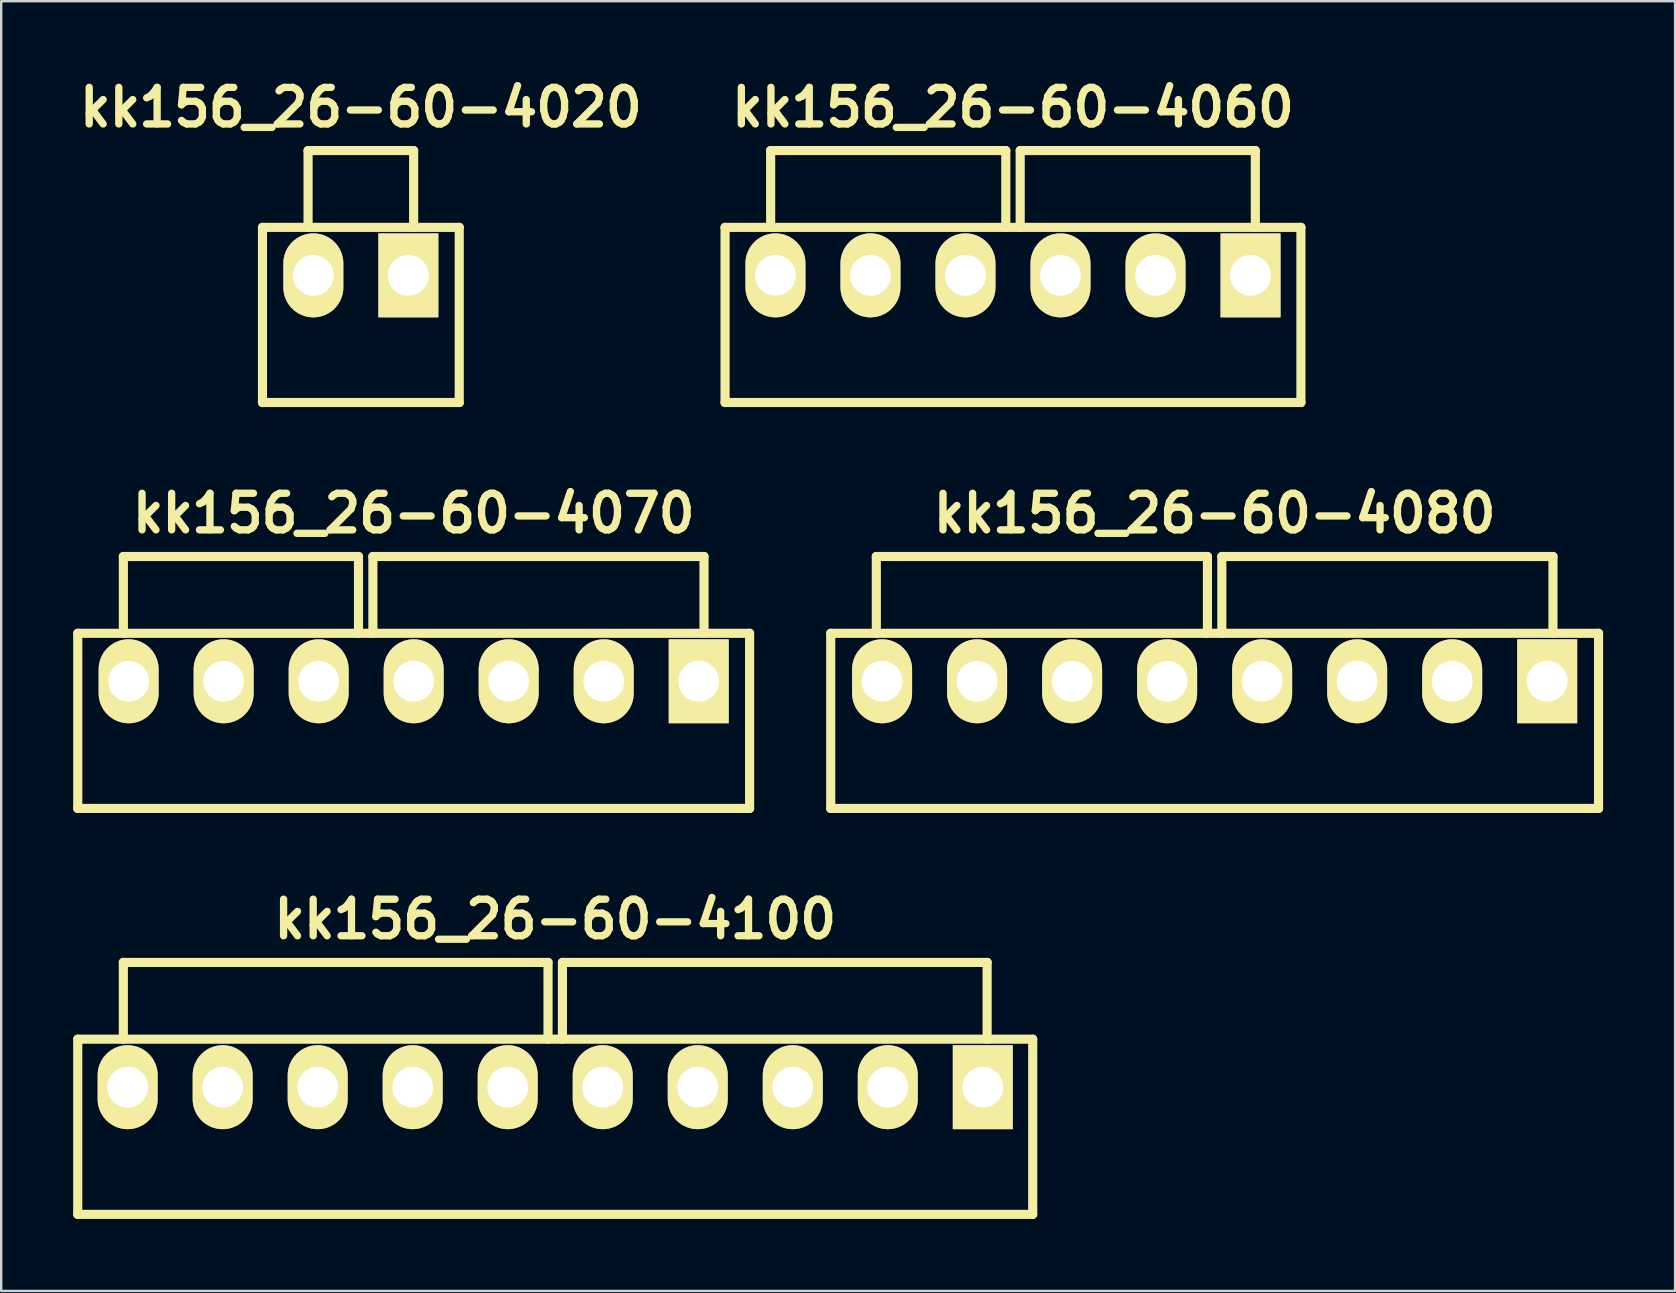
<source format=kicad_pcb>
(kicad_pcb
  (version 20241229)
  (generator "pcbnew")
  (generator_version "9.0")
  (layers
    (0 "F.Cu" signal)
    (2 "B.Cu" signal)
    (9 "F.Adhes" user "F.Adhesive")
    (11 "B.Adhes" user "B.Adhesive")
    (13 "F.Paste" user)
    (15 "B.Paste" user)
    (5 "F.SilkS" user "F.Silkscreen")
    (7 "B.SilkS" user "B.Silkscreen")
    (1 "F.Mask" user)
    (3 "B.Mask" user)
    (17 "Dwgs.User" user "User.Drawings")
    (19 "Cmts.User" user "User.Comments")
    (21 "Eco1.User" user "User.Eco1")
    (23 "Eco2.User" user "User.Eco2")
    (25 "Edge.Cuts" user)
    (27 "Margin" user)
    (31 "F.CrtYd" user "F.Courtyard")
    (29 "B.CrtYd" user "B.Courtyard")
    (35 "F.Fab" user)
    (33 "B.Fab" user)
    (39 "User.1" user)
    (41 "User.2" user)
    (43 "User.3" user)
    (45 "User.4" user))
  (footprint "kk156_26-60-4100"
    (layer "F.Cu")
    (at 20.09 42.26)
    (property "Reference" "kk156_26-60-4100" (at 0 -7 0) (layer "F.SilkS") (effects (font (size 1.524 1.524) (thickness 0.305))))
    (attr through_hole)
    (fp_line (start -19.9 -2) (end 19.9 -2) (stroke (width 0.381) (type solid)) (layer "F.SilkS"))
    (fp_line (start -19.9 5.3) (end -19.9 -2) (stroke (width 0.381) (type solid)) (layer "F.SilkS"))
    (fp_line (start -19.9 5.3) (end 19.9 5.3) (stroke (width 0.381) (type solid)) (layer "F.SilkS"))
    (fp_line (start -18 -2) (end -18 -5.2) (stroke (width 0.381) (type solid)) (layer "F.SilkS"))
    (fp_line (start -0.3 -5.2) (end -18 -5.2) (stroke (width 0.381) (type solid)) (layer "F.SilkS"))
    (fp_line (start -0.3 -2) (end -0.3 -5.2) (stroke (width 0.381) (type solid)) (layer "F.SilkS"))
    (fp_line (start 0.3 -5.2) (end 18 -5.2) (stroke (width 0.381) (type solid)) (layer "F.SilkS"))
    (fp_line (start 0.3 -2) (end 0.3 -5.2) (stroke (width 0.381) (type solid)) (layer "F.SilkS"))
    (fp_line (start 18 -5.2) (end 18 -2) (stroke (width 0.381) (type solid)) (layer "F.SilkS"))
    (fp_line (start 19.9 -2) (end 19.9 5.3) (stroke (width 0.381) (type solid)) (layer "F.SilkS"))
    (pad "1" thru_hole rect (at 17.82 0) (size 2.5 3.5) (drill 1.7) (layers "*.Cu" "*.Mask" "F.SilkS"))
    (pad "2" thru_hole oval (at 13.86 0) (size 2.5 3.5) (drill 1.7) (layers "*.Cu" "*.Mask" "F.SilkS"))
    (pad "3" thru_hole oval (at 9.9 0) (size 2.5 3.5) (drill 1.7) (layers "*.Cu" "*.Mask" "F.SilkS"))
    (pad "4" thru_hole oval (at 5.94 0) (size 2.5 3.5) (drill 1.7) (layers "*.Cu" "*.Mask" "F.SilkS"))
    (pad "5" thru_hole oval (at 1.98 0) (size 2.5 3.5) (drill 1.7) (layers "*.Cu" "*.Mask" "F.SilkS"))
    (pad "6" thru_hole oval (at -1.98 0) (size 2.5 3.5) (drill 1.7) (layers "*.Cu" "*.Mask" "F.SilkS"))
    (pad "7" thru_hole oval (at -5.94 0) (size 2.5 3.5) (drill 1.7) (layers "*.Cu" "*.Mask" "F.SilkS"))
    (pad "8" thru_hole oval (at -9.9 0) (size 2.5 3.5) (drill 1.7) (layers "*.Cu" "*.Mask" "F.SilkS"))
    (pad "9" thru_hole oval (at -13.86 0) (size 2.5 3.5) (drill 1.7) (layers "*.Cu" "*.Mask" "F.SilkS"))
    (pad "10" thru_hole oval (at -17.82 0) (size 2.5 3.5) (drill 1.7) (layers "*.Cu" "*.Mask" "F.SilkS")))
  (footprint "kk156_26-60-4080"
    (layer "F.Cu")
    (at 47.572 25.343)
    (property "Reference" "kk156_26-60-4080" (at 0 -7 0) (layer "F.SilkS") (effects (font (size 1.524 1.524) (thickness 0.305))))
    (attr through_hole)
    (fp_line (start -16 -2) (end 16 -2) (stroke (width 0.381) (type solid)) (layer "F.SilkS"))
    (fp_line (start -16 5.3) (end -16 -2) (stroke (width 0.381) (type solid)) (layer "F.SilkS"))
    (fp_line (start -16 5.3) (end 16 5.3) (stroke (width 0.381) (type solid)) (layer "F.SilkS"))
    (fp_line (start -14.1 -2) (end -14.1 -5.2) (stroke (width 0.381) (type solid)) (layer "F.SilkS"))
    (fp_line (start -0.3 -5.2) (end -14.1 -5.2) (stroke (width 0.381) (type solid)) (layer "F.SilkS"))
    (fp_line (start -0.3 -2) (end -0.3 -5.2) (stroke (width 0.381) (type solid)) (layer "F.SilkS"))
    (fp_line (start 0.3 -5.2) (end 14.1 -5.2) (stroke (width 0.381) (type solid)) (layer "F.SilkS"))
    (fp_line (start 0.3 -2) (end 0.3 -5.2) (stroke (width 0.381) (type solid)) (layer "F.SilkS"))
    (fp_line (start 14.1 -5.2) (end 14.1 -2) (stroke (width 0.381) (type solid)) (layer "F.SilkS"))
    (fp_line (start 16 -2) (end 16 5.3) (stroke (width 0.381) (type solid)) (layer "F.SilkS"))
    (pad "1" thru_hole rect (at 13.86 0) (size 2.5 3.5) (drill 1.7) (layers "*.Cu" "*.Mask" "F.SilkS"))
    (pad "2" thru_hole oval (at 9.9 0) (size 2.5 3.5) (drill 1.7) (layers "*.Cu" "*.Mask" "F.SilkS"))
    (pad "3" thru_hole oval (at 5.94 0) (size 2.5 3.5) (drill 1.7) (layers "*.Cu" "*.Mask" "F.SilkS"))
    (pad "4" thru_hole oval (at 1.98 0) (size 2.5 3.5) (drill 1.7) (layers "*.Cu" "*.Mask" "F.SilkS"))
    (pad "5" thru_hole oval (at -1.98 0) (size 2.5 3.5) (drill 1.7) (layers "*.Cu" "*.Mask" "F.SilkS"))
    (pad "6" thru_hole oval (at -5.94 0) (size 2.5 3.5) (drill 1.7) (layers "*.Cu" "*.Mask" "F.SilkS"))
    (pad "7" thru_hole oval (at -9.9 0) (size 2.5 3.5) (drill 1.7) (layers "*.Cu" "*.Mask" "F.SilkS"))
    (pad "8" thru_hole oval (at -13.86 0) (size 2.5 3.5) (drill 1.7) (layers "*.Cu" "*.Mask" "F.SilkS")))
  (footprint "kk156_26-60-4060"
    (layer "F.Cu")
    (at 39.168 8.426)
    (property "Reference" "kk156_26-60-4060" (at 0 -7 0) (layer "F.SilkS") (effects (font (size 1.524 1.524) (thickness 0.305))))
    (attr through_hole)
    (fp_line (start -12 -2) (end 12 -2) (stroke (width 0.381) (type solid)) (layer "F.SilkS"))
    (fp_line (start -12 5.3) (end -12 -2) (stroke (width 0.381) (type solid)) (layer "F.SilkS"))
    (fp_line (start -12 5.3) (end 12 5.3) (stroke (width 0.381) (type solid)) (layer "F.SilkS"))
    (fp_line (start -10.1 -2) (end -10.1 -5.2) (stroke (width 0.381) (type solid)) (layer "F.SilkS"))
    (fp_line (start -0.3 -5.2) (end -10.1 -5.2) (stroke (width 0.381) (type solid)) (layer "F.SilkS"))
    (fp_line (start -0.3 -2) (end -0.3 -5.2) (stroke (width 0.381) (type solid)) (layer "F.SilkS"))
    (fp_line (start 0.3 -5.2) (end 10.1 -5.2) (stroke (width 0.381) (type solid)) (layer "F.SilkS"))
    (fp_line (start 0.3 -2) (end 0.3 -5.2) (stroke (width 0.381) (type solid)) (layer "F.SilkS"))
    (fp_line (start 10.1 -5.2) (end 10.1 -2) (stroke (width 0.381) (type solid)) (layer "F.SilkS"))
    (fp_line (start 12 -2) (end 12 5.3) (stroke (width 0.381) (type solid)) (layer "F.SilkS"))
    (pad "1" thru_hole rect (at 9.9 0) (size 2.5 3.5) (drill 1.7) (layers "*.Cu" "*.Mask" "F.SilkS"))
    (pad "2" thru_hole oval (at 5.94 0) (size 2.5 3.5) (drill 1.7) (layers "*.Cu" "*.Mask" "F.SilkS"))
    (pad "3" thru_hole oval (at 1.98 0) (size 2.5 3.5) (drill 1.7) (layers "*.Cu" "*.Mask" "F.SilkS"))
    (pad "4" thru_hole oval (at -1.98 0) (size 2.5 3.5) (drill 1.7) (layers "*.Cu" "*.Mask" "F.SilkS"))
    (pad "5" thru_hole oval (at -5.94 0) (size 2.5 3.5) (drill 1.7) (layers "*.Cu" "*.Mask" "F.SilkS"))
    (pad "6" thru_hole oval (at -9.9 0) (size 2.5 3.5) (drill 1.7) (layers "*.Cu" "*.Mask" "F.SilkS")))
  (footprint "kk156_26-60-4070"
    (layer "F.Cu")
    (at 14.191 25.343)
    (property "Reference" "kk156_26-60-4070" (at 0 -7 0) (layer "F.SilkS") (effects (font (size 1.524 1.524) (thickness 0.305))))
    (attr through_hole)
    (fp_line (start -14 -2) (end 14 -2) (stroke (width 0.381) (type solid)) (layer "F.SilkS"))
    (fp_line (start -14 5.3) (end -14 -2) (stroke (width 0.381) (type solid)) (layer "F.SilkS"))
    (fp_line (start -14 5.3) (end 14 5.3) (stroke (width 0.381) (type solid)) (layer "F.SilkS"))
    (fp_line (start -12.1 -2) (end -12.1 -5.2) (stroke (width 0.381) (type solid)) (layer "F.SilkS"))
    (fp_line (start -2.3 -5.2) (end -12.1 -5.2) (stroke (width 0.381) (type solid)) (layer "F.SilkS"))
    (fp_line (start -2.3 -2) (end -2.3 -5.2) (stroke (width 0.381) (type solid)) (layer "F.SilkS"))
    (fp_line (start -1.7 -5.2) (end 12.1 -5.2) (stroke (width 0.381) (type solid)) (layer "F.SilkS"))
    (fp_line (start -1.7 -2) (end -1.7 -5.2) (stroke (width 0.381) (type solid)) (layer "F.SilkS"))
    (fp_line (start 12.1 -5.2) (end 12.1 -2) (stroke (width 0.381) (type solid)) (layer "F.SilkS"))
    (fp_line (start 14 -2) (end 14 5.3) (stroke (width 0.381) (type solid)) (layer "F.SilkS"))
    (pad "1" thru_hole rect (at 11.88 0) (size 2.5 3.5) (drill 1.7) (layers "*.Cu" "*.Mask" "F.SilkS"))
    (pad "2" thru_hole oval (at 7.92 0) (size 2.5 3.5) (drill 1.7) (layers "*.Cu" "*.Mask" "F.SilkS"))
    (pad "3" thru_hole oval (at 3.96 0) (size 2.5 3.5) (drill 1.7) (layers "*.Cu" "*.Mask" "F.SilkS"))
    (pad "4" thru_hole oval (at 0 0) (size 2.5 3.5) (drill 1.7) (layers "*.Cu" "*.Mask" "F.SilkS"))
    (pad "5" thru_hole oval (at -3.96 0) (size 2.5 3.5) (drill 1.7) (layers "*.Cu" "*.Mask" "F.SilkS"))
    (pad "6" thru_hole oval (at -7.92 0) (size 2.5 3.5) (drill 1.7) (layers "*.Cu" "*.Mask" "F.SilkS"))
    (pad "7" thru_hole oval (at -11.88 0) (size 2.5 3.5) (drill 1.7) (layers "*.Cu" "*.Mask" "F.SilkS")))
  (footprint "kk156_26-60-4020"
    (layer "F.Cu")
    (at 11.989 8.426)
    (property "Reference" "kk156_26-60-4020" (at 0 -7 0) (layer "F.SilkS") (effects (font (size 1.524 1.524) (thickness 0.305))))
    (attr through_hole)
    (fp_line (start -4.1 -2) (end 4.1 -2) (stroke (width 0.381) (type solid)) (layer "F.SilkS"))
    (fp_line (start -4.1 5.3) (end -4.1 -2) (stroke (width 0.381) (type solid)) (layer "F.SilkS"))
    (fp_line (start -4.1 5.3) (end 4.1 5.3) (stroke (width 0.381) (type solid)) (layer "F.SilkS"))
    (fp_line (start -2.2 -5.2) (end 2.2 -5.2) (stroke (width 0.381) (type solid)) (layer "F.SilkS"))
    (fp_line (start -2.2 -2) (end -2.2 -5.2) (stroke (width 0.381) (type solid)) (layer "F.SilkS"))
    (fp_line (start 2.2 -5.2) (end 2.2 -2) (stroke (width 0.381) (type solid)) (layer "F.SilkS"))
    (fp_line (start 4.1 -2) (end 4.1 5.3) (stroke (width 0.381) (type solid)) (layer "F.SilkS"))
    (pad "1" thru_hole rect (at 1.98 0) (size 2.5 3.5) (drill 1.7) (layers "*.Cu" "*.Mask" "F.SilkS"))
    (pad "2" thru_hole oval (at -1.98 0) (size 2.5 3.5) (drill 1.7) (layers "*.Cu" "*.Mask" "F.SilkS")))
  (gr_rect
    (start -3 -3)
    (end 66.762 50.751)
    (stroke (width 0.1) (type default))
    (fill no)
    (layer "Edge.Cuts")))
</source>
